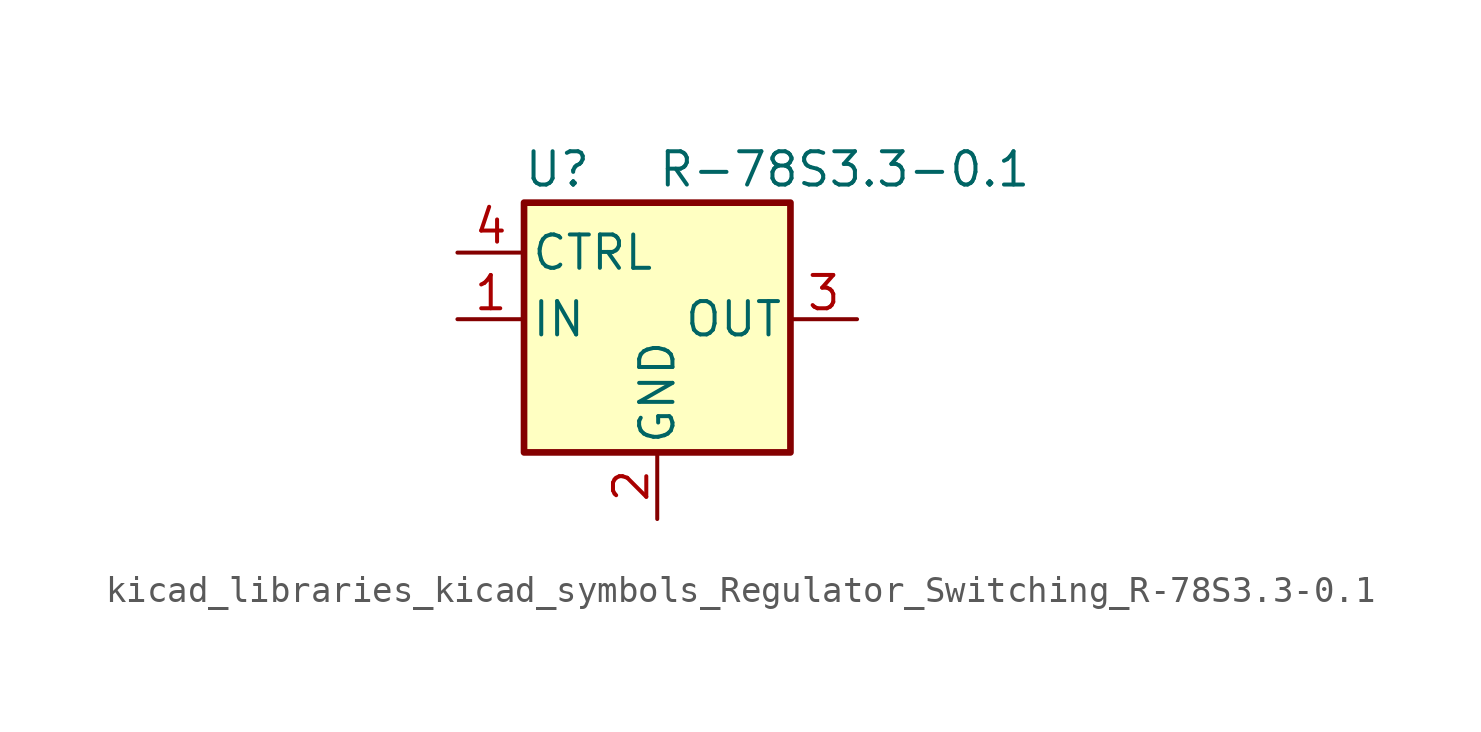
<source format=kicad_sym>
(kicad_symbol_lib
  (version 20220914)
  (generator kicad_symbol_editor)
  (symbol "kicad_libraries_kicad_symbols_Regulator_Switching_R-78S3.3-0.1"
    (pin_names
      (offset 0.254))
    (property "Reference" "U"
      (at -3.81 5.715 0)
      (effects (font (size 1.27 1.27))))
    (property "Value" "R-78S3.3-0.1"
      (at 0 5.715 0)
      (effects (font (size 1.27 1.27)) (justify left)))
    (symbol "kicad_libraries_kicad_symbols_Regulator_Switching_R-78S3.3-0.1_0_1"
      (rectangle (start -5.08 4.445) (end 5.08 -5.08) (stroke (width 0.254) (type default)) (fill (type background))))
    (symbol "kicad_libraries_kicad_symbols_Regulator_Switching_R-78S3.3-0.1_1_1"
      (pin power_in line (at -7.62 0 0) (length 2.54) (name "IN" (effects (font (size 1.27 1.27)))) (number "1" (effects (font (size 1.27 1.27)))))
      (pin power_in line (at 0 -7.62 90) (length 2.54) (name "GND" (effects (font (size 1.27 1.27)))) (number "2" (effects (font (size 1.27 1.27)))))
      (pin power_out line (at 7.62 0 180) (length 2.54) (name "OUT" (effects (font (size 1.27 1.27)))) (number "3" (effects (font (size 1.27 1.27)))))
      (pin input line (at -7.62 2.54 0) (length 2.54) (name "CTRL" (effects (font (size 1.27 1.27)))) (number "4" (effects (font (size 1.27 1.27))))))))
</source>
